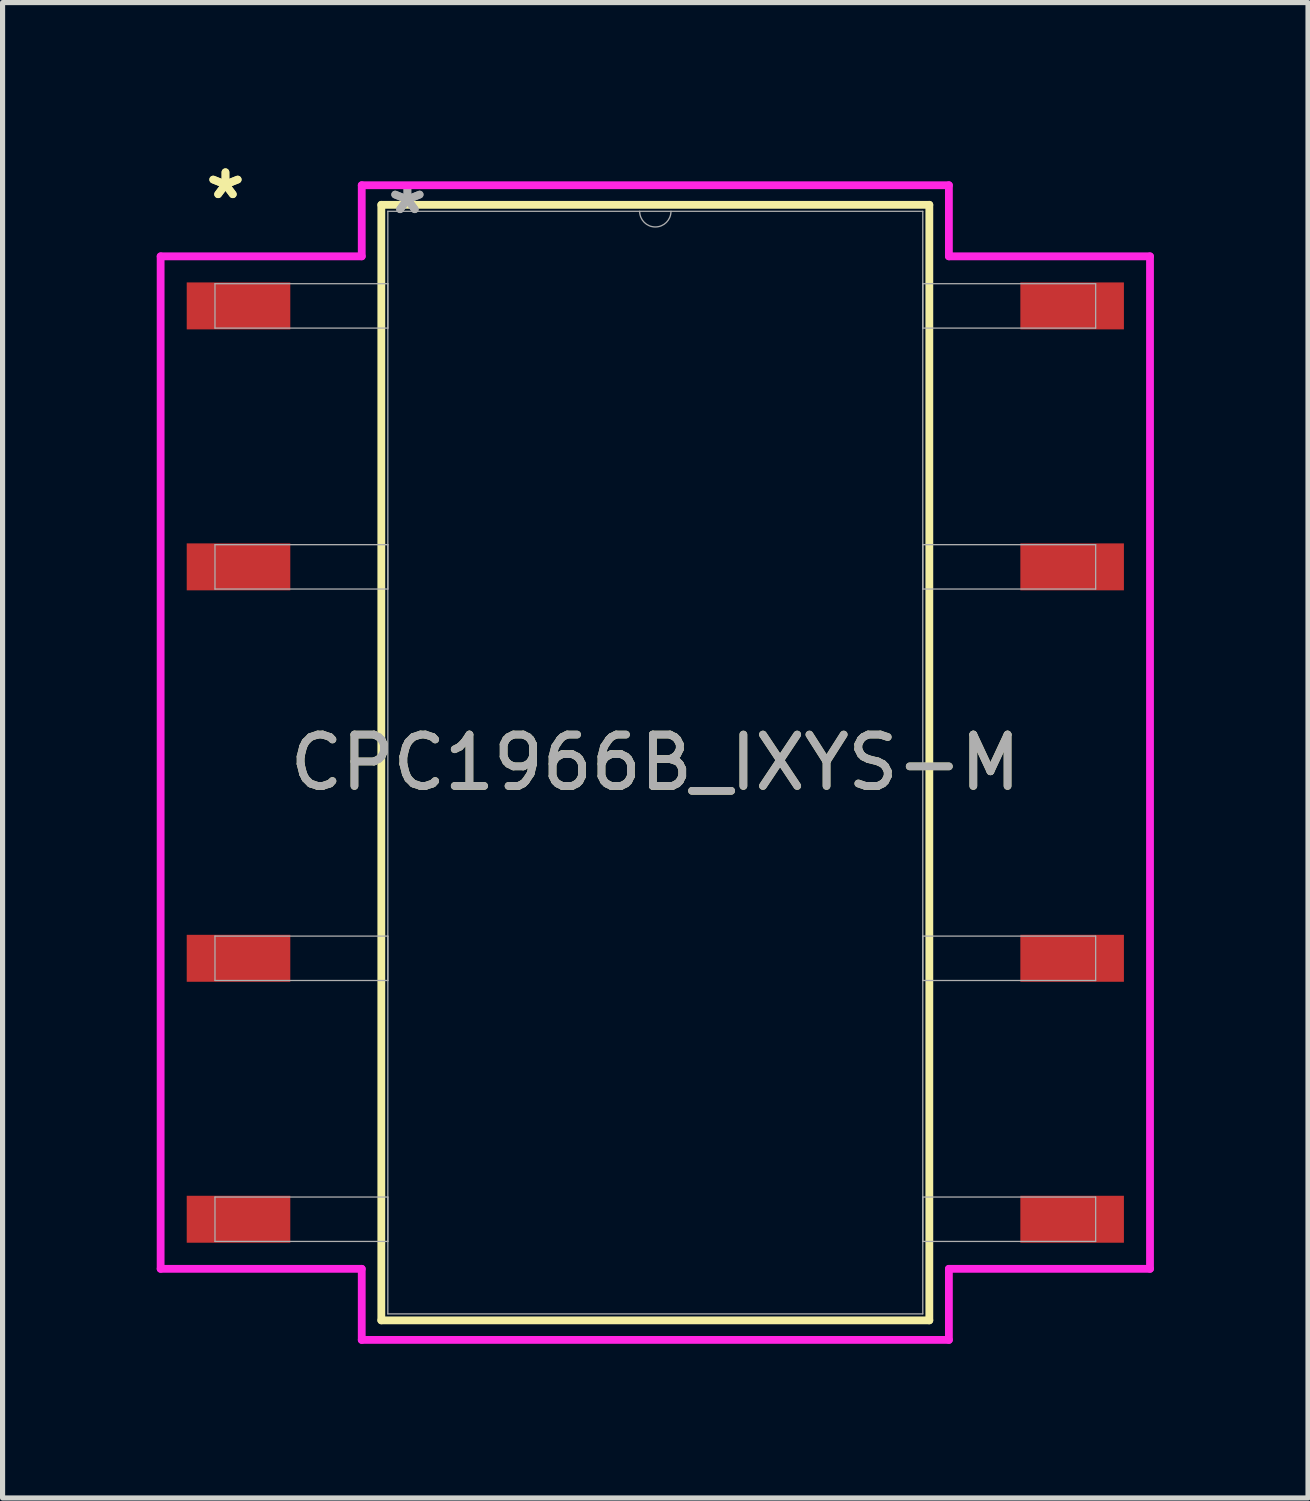
<source format=kicad_pcb>
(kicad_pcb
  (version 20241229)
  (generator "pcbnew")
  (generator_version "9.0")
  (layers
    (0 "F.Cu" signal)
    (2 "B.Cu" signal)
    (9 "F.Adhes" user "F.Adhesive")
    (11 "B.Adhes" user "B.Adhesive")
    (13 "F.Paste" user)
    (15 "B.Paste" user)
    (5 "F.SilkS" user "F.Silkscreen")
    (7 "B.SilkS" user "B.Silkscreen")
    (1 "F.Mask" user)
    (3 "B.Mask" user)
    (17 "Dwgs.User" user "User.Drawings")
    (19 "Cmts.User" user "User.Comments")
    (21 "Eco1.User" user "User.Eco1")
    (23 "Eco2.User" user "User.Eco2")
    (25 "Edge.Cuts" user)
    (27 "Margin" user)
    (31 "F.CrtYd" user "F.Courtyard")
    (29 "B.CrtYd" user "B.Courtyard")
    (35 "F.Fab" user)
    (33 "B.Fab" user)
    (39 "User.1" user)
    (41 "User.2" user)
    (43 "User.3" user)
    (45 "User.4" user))
  (footprint "CPC1966B_IXYS-M"
    (layer "F.Cu")
    (at 9.707 11.795)
    (property "Reference" "CPC1966B_IXYS-M" (at 0 0 0) (unlocked yes) (layer "F.SilkS") (effects (font (size 1 1) (thickness 0.15))))
    (attr smd)
    (fp_line (start -5.334 -10.858) (end -5.334 10.858) (stroke (width 0.152) (type solid)) (layer "F.SilkS"))
    (fp_line (start -5.334 10.858) (end 5.334 10.858) (stroke (width 0.152) (type solid)) (layer "F.SilkS"))
    (fp_line (start 5.334 -10.858) (end -5.334 -10.858) (stroke (width 0.152) (type solid)) (layer "F.SilkS"))
    (fp_line (start 5.334 10.858) (end 5.334 -10.858) (stroke (width 0.152) (type solid)) (layer "F.SilkS"))
    (fp_line (start -9.63 -9.855) (end -5.715 -9.855) (stroke (width 0.152) (type solid)) (layer "F.CrtYd"))
    (fp_line (start -9.63 9.855) (end -9.63 -9.855) (stroke (width 0.152) (type solid)) (layer "F.CrtYd"))
    (fp_line (start -9.63 9.855) (end -5.715 9.855) (stroke (width 0.152) (type solid)) (layer "F.CrtYd"))
    (fp_line (start -5.715 -11.239) (end 5.715 -11.239) (stroke (width 0.152) (type solid)) (layer "F.CrtYd"))
    (fp_line (start -5.715 -9.855) (end -5.715 -11.239) (stroke (width 0.152) (type solid)) (layer "F.CrtYd"))
    (fp_line (start -5.715 11.239) (end -5.715 9.855) (stroke (width 0.152) (type solid)) (layer "F.CrtYd"))
    (fp_line (start 5.715 -11.239) (end 5.715 -9.855) (stroke (width 0.152) (type solid)) (layer "F.CrtYd"))
    (fp_line (start 5.715 9.855) (end 5.715 11.239) (stroke (width 0.152) (type solid)) (layer "F.CrtYd"))
    (fp_line (start 5.715 11.239) (end -5.715 11.239) (stroke (width 0.152) (type solid)) (layer "F.CrtYd"))
    (fp_line (start 9.63 -9.855) (end 5.715 -9.855) (stroke (width 0.152) (type solid)) (layer "F.CrtYd"))
    (fp_line (start 9.63 -9.855) (end 9.63 9.855) (stroke (width 0.152) (type solid)) (layer "F.CrtYd"))
    (fp_line (start 9.63 9.855) (end 5.715 9.855) (stroke (width 0.152) (type solid)) (layer "F.CrtYd"))
    (fp_line (start -8.572 -9.322) (end -8.572 -8.458) (stroke (width 0.025) (type solid)) (layer "F.Fab"))
    (fp_line (start -8.572 -8.458) (end -5.207 -8.458) (stroke (width 0.025) (type solid)) (layer "F.Fab"))
    (fp_line (start -8.572 -4.242) (end -8.572 -3.378) (stroke (width 0.025) (type solid)) (layer "F.Fab"))
    (fp_line (start -8.572 -3.378) (end -5.207 -3.378) (stroke (width 0.025) (type solid)) (layer "F.Fab"))
    (fp_line (start -8.572 3.378) (end -8.572 4.242) (stroke (width 0.025) (type solid)) (layer "F.Fab"))
    (fp_line (start -8.572 4.242) (end -5.207 4.242) (stroke (width 0.025) (type solid)) (layer "F.Fab"))
    (fp_line (start -8.572 8.458) (end -8.572 9.322) (stroke (width 0.025) (type solid)) (layer "F.Fab"))
    (fp_line (start -8.572 9.322) (end -5.207 9.322) (stroke (width 0.025) (type solid)) (layer "F.Fab"))
    (fp_line (start -5.207 -10.732) (end -5.207 10.732) (stroke (width 0.025) (type solid)) (layer "F.Fab"))
    (fp_line (start -5.207 -9.322) (end -8.572 -9.322) (stroke (width 0.025) (type solid)) (layer "F.Fab"))
    (fp_line (start -5.207 -8.458) (end -5.207 -9.322) (stroke (width 0.025) (type solid)) (layer "F.Fab"))
    (fp_line (start -5.207 -4.242) (end -8.572 -4.242) (stroke (width 0.025) (type solid)) (layer "F.Fab"))
    (fp_line (start -5.207 -3.378) (end -5.207 -4.242) (stroke (width 0.025) (type solid)) (layer "F.Fab"))
    (fp_line (start -5.207 3.378) (end -8.572 3.378) (stroke (width 0.025) (type solid)) (layer "F.Fab"))
    (fp_line (start -5.207 4.242) (end -5.207 3.378) (stroke (width 0.025) (type solid)) (layer "F.Fab"))
    (fp_line (start -5.207 8.458) (end -8.572 8.458) (stroke (width 0.025) (type solid)) (layer "F.Fab"))
    (fp_line (start -5.207 9.322) (end -5.207 8.458) (stroke (width 0.025) (type solid)) (layer "F.Fab"))
    (fp_line (start -5.207 10.732) (end 5.207 10.732) (stroke (width 0.025) (type solid)) (layer "F.Fab"))
    (fp_line (start 5.207 -10.732) (end -5.207 -10.732) (stroke (width 0.025) (type solid)) (layer "F.Fab"))
    (fp_line (start 5.207 -9.322) (end 5.207 -8.458) (stroke (width 0.025) (type solid)) (layer "F.Fab"))
    (fp_line (start 5.207 -8.458) (end 8.572 -8.458) (stroke (width 0.025) (type solid)) (layer "F.Fab"))
    (fp_line (start 5.207 -4.242) (end 5.207 -3.378) (stroke (width 0.025) (type solid)) (layer "F.Fab"))
    (fp_line (start 5.207 -3.378) (end 8.572 -3.378) (stroke (width 0.025) (type solid)) (layer "F.Fab"))
    (fp_line (start 5.207 3.378) (end 5.207 4.242) (stroke (width 0.025) (type solid)) (layer "F.Fab"))
    (fp_line (start 5.207 4.242) (end 8.572 4.242) (stroke (width 0.025) (type solid)) (layer "F.Fab"))
    (fp_line (start 5.207 8.458) (end 5.207 9.322) (stroke (width 0.025) (type solid)) (layer "F.Fab"))
    (fp_line (start 5.207 9.322) (end 8.572 9.322) (stroke (width 0.025) (type solid)) (layer "F.Fab"))
    (fp_line (start 5.207 10.732) (end 5.207 -10.732) (stroke (width 0.025) (type solid)) (layer "F.Fab"))
    (fp_line (start 8.572 -9.322) (end 5.207 -9.322) (stroke (width 0.025) (type solid)) (layer "F.Fab"))
    (fp_line (start 8.572 -8.458) (end 8.572 -9.322) (stroke (width 0.025) (type solid)) (layer "F.Fab"))
    (fp_line (start 8.572 -4.242) (end 5.207 -4.242) (stroke (width 0.025) (type solid)) (layer "F.Fab"))
    (fp_line (start 8.572 -3.378) (end 8.572 -4.242) (stroke (width 0.025) (type solid)) (layer "F.Fab"))
    (fp_line (start 8.572 3.378) (end 5.207 3.378) (stroke (width 0.025) (type solid)) (layer "F.Fab"))
    (fp_line (start 8.572 4.242) (end 8.572 3.378) (stroke (width 0.025) (type solid)) (layer "F.Fab"))
    (fp_line (start 8.572 8.458) (end 5.207 8.458) (stroke (width 0.025) (type solid)) (layer "F.Fab"))
    (fp_line (start 8.572 9.322) (end 8.572 8.458) (stroke (width 0.025) (type solid)) (layer "F.Fab"))
    (fp_arc (start 0.3048 -10.7315) (mid 0 -10.4267) (end -0.3048 -10.7315) (stroke (width 0.0254) (type solid)) (layer "F.Fab"))
    (fp_text user "*" (at -8.368 -10.947 0) (unlocked yes) (layer "F.SilkS") (effects (font (size 1 1) (thickness 0.15))))
    (fp_text user "*" (at -8.368 -10.947 0) (layer "F.SilkS") (effects (font (size 1 1) (thickness 0.15))))
    (fp_text user "*" (at -4.826 -10.655 0) (unlocked yes) (layer "F.Fab") (effects (font (size 1 1) (thickness 0.15))))
    (fp_text user "${REFERENCE}" (at 0 0 0) (unlocked yes) (layer "F.Fab") (effects (font (size 1 1) (thickness 0.15))))
    (fp_text user "*" (at -4.826 -10.655 0) (layer "F.Fab") (effects (font (size 1 1) (thickness 0.15))))
    (pad "1" smd rect (at -8.114 -8.89) (size 2.016 0.914) (layers "F.Cu" "F.Mask" "F.Paste"))
    (pad "2" smd rect (at -8.114 -3.81) (size 2.016 0.914) (layers "F.Cu" "F.Mask" "F.Paste"))
    (pad "3" smd rect (at -8.114 3.81) (size 2.016 0.914) (layers "F.Cu" "F.Mask" "F.Paste"))
    (pad "4" smd rect (at -8.114 8.89) (size 2.016 0.914) (layers "F.Cu" "F.Mask" "F.Paste"))
    (pad "5" smd rect (at 8.114 8.89) (size 2.016 0.914) (layers "F.Cu" "F.Mask" "F.Paste"))
    (pad "6" smd rect (at 8.114 3.81) (size 2.016 0.914) (layers "F.Cu" "F.Mask" "F.Paste"))
    (pad "7" smd rect (at 8.114 -3.81) (size 2.016 0.914) (layers "F.Cu" "F.Mask" "F.Paste"))
    (pad "8" smd rect (at 8.114 -8.89) (size 2.016 0.914) (layers "F.Cu" "F.Mask" "F.Paste")))
  (gr_rect
    (start -3 -3)
    (end 22.413 26.111)
    (stroke (width 0.1) (type default))
    (fill no)
    (layer "Edge.Cuts")))
</source>
